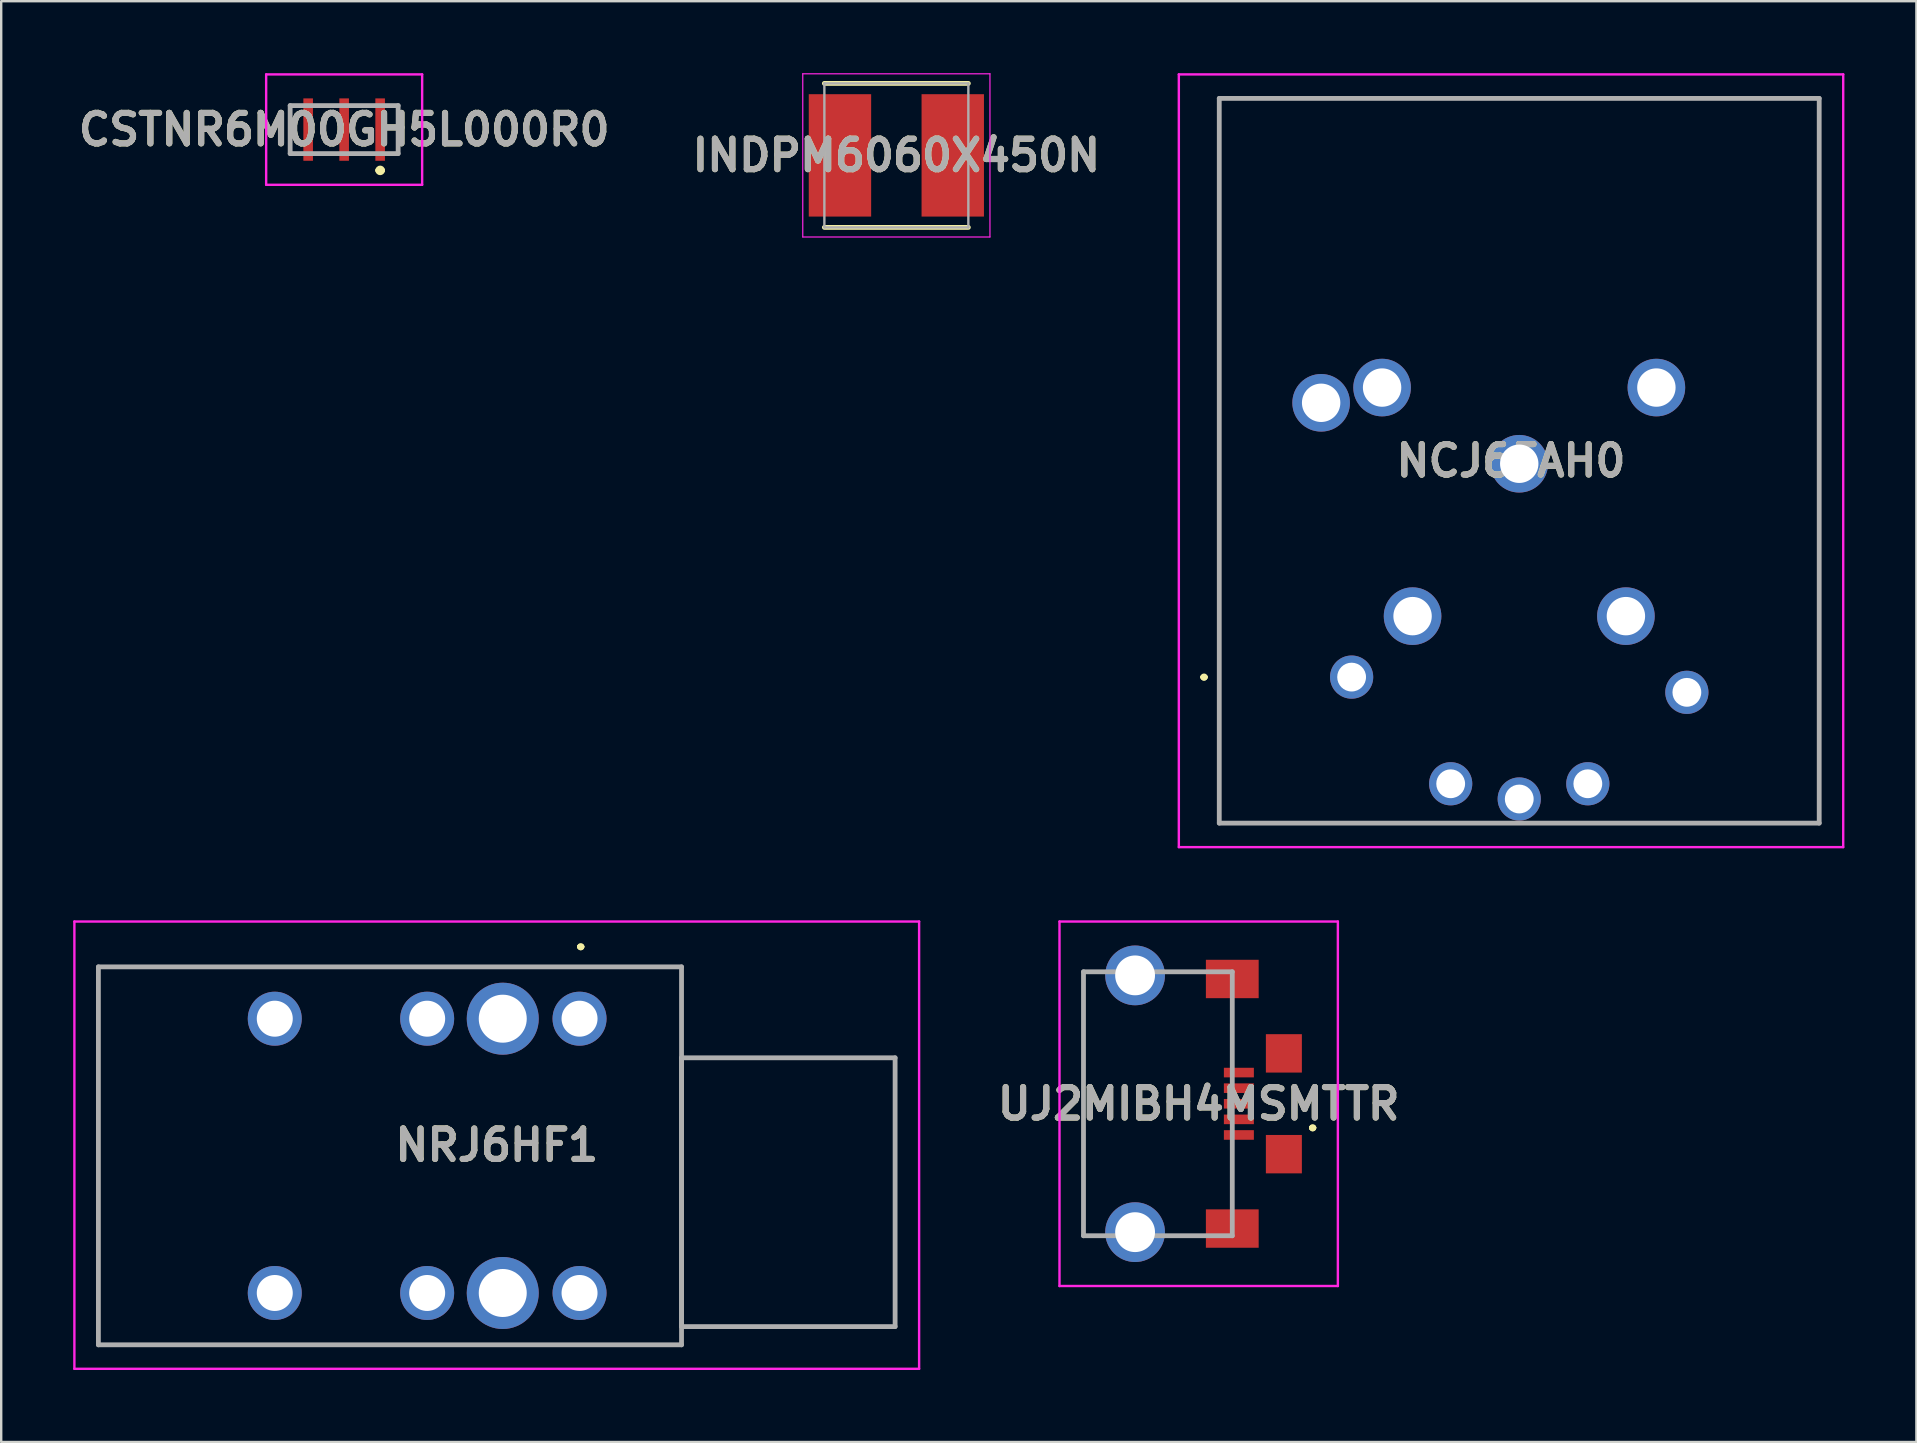
<source format=kicad_pcb>
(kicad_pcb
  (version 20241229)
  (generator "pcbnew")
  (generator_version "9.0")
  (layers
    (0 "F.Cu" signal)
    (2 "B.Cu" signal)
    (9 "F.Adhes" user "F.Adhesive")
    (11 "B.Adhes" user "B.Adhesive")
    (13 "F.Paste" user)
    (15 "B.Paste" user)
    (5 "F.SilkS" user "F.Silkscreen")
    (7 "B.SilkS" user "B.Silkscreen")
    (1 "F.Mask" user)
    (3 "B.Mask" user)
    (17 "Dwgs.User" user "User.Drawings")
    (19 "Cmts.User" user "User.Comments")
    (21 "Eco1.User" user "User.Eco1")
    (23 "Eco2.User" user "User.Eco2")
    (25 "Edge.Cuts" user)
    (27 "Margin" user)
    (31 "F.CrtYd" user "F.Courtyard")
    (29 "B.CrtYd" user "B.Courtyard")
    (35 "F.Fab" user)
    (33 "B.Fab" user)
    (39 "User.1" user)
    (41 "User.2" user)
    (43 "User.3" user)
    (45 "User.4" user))
  (footprint "UJ2MIBH4MSMTTR"
    (layer "F.Cu")
    (at 48.575 42.945)
    (property "Reference" "UJ2MIBH4MSMTTR" (at -1.675 0 0) (layer "F.SilkS") (effects (font (size 1.27 1.27) (thickness 0.254))))
    (attr through_hole)
    (fp_line (start -6.475 -5.5) (end -6.475 -5.5) (stroke (width 0.1) (type solid)) (layer "F.SilkS"))
    (fp_line (start -6.475 -5.5) (end -6.475 5.5) (stroke (width 0.1) (type solid)) (layer "F.SilkS"))
    (fp_line (start -6.475 5.5) (end -6.475 -5.5) (stroke (width 0.1) (type solid)) (layer "F.SilkS"))
    (fp_line (start -6.475 5.5) (end -6.475 5.5) (stroke (width 0.1) (type solid)) (layer "F.SilkS"))
    (fp_line (start -2.625 -5.5) (end -2.625 -5.5) (stroke (width 0.1) (type solid)) (layer "F.SilkS"))
    (fp_line (start -2.625 -5.5) (end -1.875 -5.5) (stroke (width 0.1) (type solid)) (layer "F.SilkS"))
    (fp_line (start -2.625 5.5) (end -2.625 5.5) (stroke (width 0.1) (type solid)) (layer "F.SilkS"))
    (fp_line (start -2.625 5.5) (end -1.875 5.5) (stroke (width 0.1) (type solid)) (layer "F.SilkS"))
    (fp_line (start -1.875 -5.5) (end -2.625 -5.5) (stroke (width 0.1) (type solid)) (layer "F.SilkS"))
    (fp_line (start -1.875 -5.5) (end -1.875 -5.5) (stroke (width 0.1) (type solid)) (layer "F.SilkS"))
    (fp_line (start -1.875 5.5) (end -2.625 5.5) (stroke (width 0.1) (type solid)) (layer "F.SilkS"))
    (fp_line (start -1.875 5.5) (end -1.875 5.5) (stroke (width 0.1) (type solid)) (layer "F.SilkS"))
    (fp_line (start 3.025 1) (end 3.025 1) (stroke (width 0.2) (type solid)) (layer "F.SilkS"))
    (fp_line (start 3.025 1) (end 3.025 1) (stroke (width 0.2) (type solid)) (layer "F.SilkS"))
    (fp_line (start 3.125 1) (end 3.125 1) (stroke (width 0.2) (type solid)) (layer "F.SilkS"))
    (fp_arc (start 3.025 1) (mid 3.075 0.95) (end 3.125 1) (stroke (width 0.2) (type solid)) (layer "F.SilkS"))
    (fp_arc (start 3.125 1) (mid 3.075 1.05) (end 3.025 1) (stroke (width 0.2) (type solid)) (layer "F.SilkS"))
    (fp_arc (start 3.125 1) (mid 3.075 1.05) (end 3.025 1) (stroke (width 0.2) (type solid)) (layer "F.SilkS"))
    (fp_line (start -7.475 -7.595) (end 4.125 -7.595) (stroke (width 0.1) (type solid)) (layer "F.CrtYd"))
    (fp_line (start -7.475 7.595) (end -7.475 -7.595) (stroke (width 0.1) (type solid)) (layer "F.CrtYd"))
    (fp_line (start 4.125 -7.595) (end 4.125 7.595) (stroke (width 0.1) (type solid)) (layer "F.CrtYd"))
    (fp_line (start 4.125 7.595) (end -7.475 7.595) (stroke (width 0.1) (type solid)) (layer "F.CrtYd"))
    (fp_line (start -6.475 -5.5) (end -6.475 5.5) (stroke (width 0.2) (type solid)) (layer "F.Fab"))
    (fp_line (start -6.475 5.5) (end -0.275 5.5) (stroke (width 0.2) (type solid)) (layer "F.Fab"))
    (fp_line (start -0.275 -5.5) (end -6.475 -5.5) (stroke (width 0.2) (type solid)) (layer "F.Fab"))
    (fp_line (start -0.275 5.5) (end -0.275 -5.5) (stroke (width 0.2) (type solid)) (layer "F.Fab"))
    (fp_text user "${REFERENCE}" (at -1.675 0 0) (layer "F.Fab") (effects (font (size 1.27 1.27) (thickness 0.254))))
    (pad "1" smd rect (at 0 1.3 90) (size 0.4 1.25) (layers "F.Cu" "F.Mask" "F.Paste"))
    (pad "2" smd rect (at 0 0.65 90) (size 0.4 1.25) (layers "F.Cu" "F.Mask" "F.Paste"))
    (pad "3" smd rect (at 0 0 90) (size 0.4 1.25) (layers "F.Cu" "F.Mask" "F.Paste"))
    (pad "4" smd rect (at 0 -0.65 90) (size 0.4 1.25) (layers "F.Cu" "F.Mask" "F.Paste"))
    (pad "5" smd rect (at 0 -1.3 90) (size 0.4 1.25) (layers "F.Cu" "F.Mask" "F.Paste"))
    (pad "MH1" thru_hole circle (at -4.325 5.35) (size 2.49 2.49) (drill 1.66) (layers "*.Cu" "*.Mask"))
    (pad "MH2" thru_hole circle (at -4.325 -5.35) (size 2.49 2.49) (drill 1.66) (layers "*.Cu" "*.Mask"))
    (pad "MP1" smd rect (at -0.275 5.2 90) (size 1.6 2.2) (layers "F.Cu" "F.Mask" "F.Paste"))
    (pad "MP2" smd rect (at 1.875 2.1) (size 1.5 1.6) (layers "F.Cu" "F.Mask" "F.Paste"))
    (pad "MP3" smd rect (at 1.875 -2.1) (size 1.5 1.6) (layers "F.Cu" "F.Mask" "F.Paste"))
    (pad "MP4" smd rect (at -0.275 -5.2 90) (size 1.6 2.2) (layers "F.Cu" "F.Mask" "F.Paste")))
  (footprint "NCJ6FAH0"
    (layer "F.Cu")
    (at 53.273 25.165)
    (property "Reference" "NCJ6FAH0" (at 6.642 -9.015 0) (layer "F.SilkS") (effects (font (size 1.27 1.27) (thickness 0.254))))
    (attr through_hole)
    (fp_line (start -6.2 0) (end -6.2 0) (stroke (width 0.2) (type solid)) (layer "F.SilkS"))
    (fp_line (start -6.2 0) (end -6.2 0) (stroke (width 0.2) (type solid)) (layer "F.SilkS"))
    (fp_line (start -6.1 0) (end -6.1 0) (stroke (width 0.2) (type solid)) (layer "F.SilkS"))
    (fp_line (start -5.515 -24.115) (end -5.515 -24.115) (stroke (width 0.1) (type solid)) (layer "F.SilkS"))
    (fp_line (start -5.515 -24.115) (end -5.515 -24.115) (stroke (width 0.1) (type solid)) (layer "F.SilkS"))
    (fp_line (start -5.515 -24.115) (end -5.515 6.085) (stroke (width 0.1) (type solid)) (layer "F.SilkS"))
    (fp_line (start -5.515 -24.115) (end 19.485 -24.115) (stroke (width 0.1) (type solid)) (layer "F.SilkS"))
    (fp_line (start -5.515 6.085) (end -5.515 -24.115) (stroke (width 0.1) (type solid)) (layer "F.SilkS"))
    (fp_line (start -5.515 6.085) (end -5.515 6.085) (stroke (width 0.1) (type solid)) (layer "F.SilkS"))
    (fp_line (start -5.515 6.085) (end -5.515 6.085) (stroke (width 0.1) (type solid)) (layer "F.SilkS"))
    (fp_line (start -5.515 6.085) (end 5.235 6.085) (stroke (width 0.1) (type solid)) (layer "F.SilkS"))
    (fp_line (start 5.235 6.085) (end -5.515 6.085) (stroke (width 0.1) (type solid)) (layer "F.SilkS"))
    (fp_line (start 5.235 6.085) (end 5.235 6.085) (stroke (width 0.1) (type solid)) (layer "F.SilkS"))
    (fp_line (start 8.485 6.085) (end 8.485 6.085) (stroke (width 0.1) (type solid)) (layer "F.SilkS"))
    (fp_line (start 8.485 6.085) (end 19.485 6.085) (stroke (width 0.1) (type solid)) (layer "F.SilkS"))
    (fp_line (start 19.485 -24.115) (end -5.515 -24.115) (stroke (width 0.1) (type solid)) (layer "F.SilkS"))
    (fp_line (start 19.485 -24.115) (end 19.485 -24.115) (stroke (width 0.1) (type solid)) (layer "F.SilkS"))
    (fp_line (start 19.485 -24.115) (end 19.485 -24.115) (stroke (width 0.1) (type solid)) (layer "F.SilkS"))
    (fp_line (start 19.485 -24.115) (end 19.485 6.085) (stroke (width 0.1) (type solid)) (layer "F.SilkS"))
    (fp_line (start 19.485 6.085) (end 8.485 6.085) (stroke (width 0.1) (type solid)) (layer "F.SilkS"))
    (fp_line (start 19.485 6.085) (end 19.485 -24.115) (stroke (width 0.1) (type solid)) (layer "F.SilkS"))
    (fp_line (start 19.485 6.085) (end 19.485 6.085) (stroke (width 0.1) (type solid)) (layer "F.SilkS"))
    (fp_line (start 19.485 6.085) (end 19.485 6.085) (stroke (width 0.1) (type solid)) (layer "F.SilkS"))
    (fp_arc (start -6.2 0) (mid -6.15 -0.05) (end -6.1 0) (stroke (width 0.2) (type solid)) (layer "F.SilkS"))
    (fp_arc (start -6.1 0) (mid -6.15 0.05) (end -6.2 0) (stroke (width 0.2) (type solid)) (layer "F.SilkS"))
    (fp_arc (start -6.1 0) (mid -6.15 0.05) (end -6.2 0) (stroke (width 0.2) (type solid)) (layer "F.SilkS"))
    (fp_line (start -7.2 -25.115) (end 20.485 -25.115) (stroke (width 0.1) (type solid)) (layer "F.CrtYd"))
    (fp_line (start -7.2 7.085) (end -7.2 -25.115) (stroke (width 0.1) (type solid)) (layer "F.CrtYd"))
    (fp_line (start 20.485 -25.115) (end 20.485 7.085) (stroke (width 0.1) (type solid)) (layer "F.CrtYd"))
    (fp_line (start 20.485 7.085) (end -7.2 7.085) (stroke (width 0.1) (type solid)) (layer "F.CrtYd"))
    (fp_line (start -5.515 -24.115) (end -5.515 6.085) (stroke (width 0.2) (type solid)) (layer "F.Fab"))
    (fp_line (start -5.515 6.085) (end 19.485 6.085) (stroke (width 0.2) (type solid)) (layer "F.Fab"))
    (fp_line (start 19.485 -24.115) (end -5.515 -24.115) (stroke (width 0.2) (type solid)) (layer "F.Fab"))
    (fp_line (start 19.485 6.085) (end 19.485 -24.115) (stroke (width 0.2) (type solid)) (layer "F.Fab"))
    (fp_text user "${REFERENCE}" (at 6.642 -9.015 0) (layer "F.Fab") (effects (font (size 1.27 1.27) (thickness 0.254))))
    (pad "1" thru_hole circle (at 0 0) (size 1.8 1.8) (drill 1.2) (layers "*.Cu" "*.Mask"))
    (pad "2" thru_hole circle (at 13.97 0.635) (size 1.8 1.8) (drill 1.2) (layers "*.Cu" "*.Mask"))
    (pad "3" thru_hole circle (at 6.985 5.08) (size 1.8 1.8) (drill 1.2) (layers "*.Cu" "*.Mask"))
    (pad "4" thru_hole circle (at 1.27 -12.065) (size 2.4 2.4) (drill 1.6) (layers "*.Cu" "*.Mask"))
    (pad "5" thru_hole circle (at 12.7 -12.065) (size 2.4 2.4) (drill 1.6) (layers "*.Cu" "*.Mask"))
    (pad "6" thru_hole circle (at 6.985 -8.89) (size 2.4 2.4) (drill 1.6) (layers "*.Cu" "*.Mask"))
    (pad "G1" thru_hole circle (at -1.27 -11.43) (size 2.4 2.4) (drill 1.6) (layers "*.Cu" "*.Mask"))
    (pad "R1" thru_hole circle (at 9.843 4.445) (size 1.8 1.8) (drill 1.2) (layers "*.Cu" "*.Mask"))
    (pad "S1" thru_hole circle (at 4.128 4.445) (size 1.8 1.8) (drill 1.2) (layers "*.Cu" "*.Mask"))
    (pad "T1" thru_hole circle (at 2.54 -2.54) (size 2.4 2.4) (drill 1.6) (layers "*.Cu" "*.Mask"))
    (pad "T2" thru_hole circle (at 11.43 -2.54) (size 2.4 2.4) (drill 1.6) (layers "*.Cu" "*.Mask")))
  (footprint "NRJ6HF1"
    (layer "F.Cu")
    (at 21.1 39.4)
    (property "Reference" "NRJ6HF1" (at -3.45 5.27 0) (layer "F.SilkS") (effects (font (size 1.27 1.27) (thickness 0.254))))
    (attr through_hole)
    (fp_line (start -20.05 -2.16) (end 4.25 -2.16) (stroke (width 0.1) (type solid)) (layer "F.SilkS"))
    (fp_line (start -20.05 13.59) (end -20.05 -2.16) (stroke (width 0.1) (type solid)) (layer "F.SilkS"))
    (fp_line (start 0 -3) (end 0 -3) (stroke (width 0.2) (type solid)) (layer "F.SilkS"))
    (fp_line (start 0 -3) (end 0 -3) (stroke (width 0.2) (type solid)) (layer "F.SilkS"))
    (fp_line (start 0.1 -3) (end 0.1 -3) (stroke (width 0.2) (type solid)) (layer "F.SilkS"))
    (fp_line (start 4.25 -2.16) (end 4.25 13.59) (stroke (width 0.1) (type solid)) (layer "F.SilkS"))
    (fp_line (start 4.25 1.63) (end 4.25 12.83) (stroke (width 0.1) (type solid)) (layer "F.SilkS"))
    (fp_line (start 4.25 12.83) (end 13.15 12.83) (stroke (width 0.1) (type solid)) (layer "F.SilkS"))
    (fp_line (start 4.25 13.59) (end -20.05 13.59) (stroke (width 0.1) (type solid)) (layer "F.SilkS"))
    (fp_line (start 13.15 1.63) (end 4.25 1.63) (stroke (width 0.1) (type solid)) (layer "F.SilkS"))
    (fp_line (start 13.15 12.83) (end 13.15 1.63) (stroke (width 0.1) (type solid)) (layer "F.SilkS"))
    (fp_arc (start 0 -3) (mid 0.05 -3.05) (end 0.1 -3) (stroke (width 0.2) (type solid)) (layer "F.SilkS"))
    (fp_arc (start 0.1 -3) (mid 0.05 -2.95) (end 0 -3) (stroke (width 0.2) (type solid)) (layer "F.SilkS"))
    (fp_arc (start 0.1 -3) (mid 0.05 -2.95) (end 0 -3) (stroke (width 0.2) (type solid)) (layer "F.SilkS"))
    (fp_line (start -21.05 -4.05) (end 14.15 -4.05) (stroke (width 0.1) (type solid)) (layer "F.CrtYd"))
    (fp_line (start -21.05 14.59) (end -21.05 -4.05) (stroke (width 0.1) (type solid)) (layer "F.CrtYd"))
    (fp_line (start 14.15 -4.05) (end 14.15 14.59) (stroke (width 0.1) (type solid)) (layer "F.CrtYd"))
    (fp_line (start 14.15 14.59) (end -21.05 14.59) (stroke (width 0.1) (type solid)) (layer "F.CrtYd"))
    (fp_line (start -20.05 -2.16) (end -20.05 13.59) (stroke (width 0.2) (type solid)) (layer "F.Fab"))
    (fp_line (start -20.05 13.59) (end 4.25 13.59) (stroke (width 0.2) (type solid)) (layer "F.Fab"))
    (fp_line (start 4.25 -2.16) (end -20.05 -2.16) (stroke (width 0.2) (type solid)) (layer "F.Fab"))
    (fp_line (start 4.25 1.63) (end 13.15 1.63) (stroke (width 0.2) (type solid)) (layer "F.Fab"))
    (fp_line (start 4.25 12.83) (end 4.25 1.63) (stroke (width 0.2) (type solid)) (layer "F.Fab"))
    (fp_line (start 4.25 13.59) (end 4.25 -2.16) (stroke (width 0.2) (type solid)) (layer "F.Fab"))
    (fp_line (start 13.15 1.63) (end 13.15 12.83) (stroke (width 0.2) (type solid)) (layer "F.Fab"))
    (fp_line (start 13.15 12.83) (end 4.25 12.83) (stroke (width 0.2) (type solid)) (layer "F.Fab"))
    (fp_text user "${REFERENCE}" (at -3.45 5.27 0) (layer "F.Fab") (effects (font (size 1.27 1.27) (thickness 0.254))))
    (pad "" np_thru_hole circle (at -9.55 2.13) (size 0.001 0.001) (drill 3) (layers "*.Cu" "*.Mask"))
    (pad "1" thru_hole circle (at 0 0) (size 2.25 2.25) (drill 1.5) (layers "*.Cu" "*.Mask"))
    (pad "2" thru_hole circle (at -6.35 0) (size 2.25 2.25) (drill 1.5) (layers "*.Cu" "*.Mask"))
    (pad "3" thru_hole circle (at -12.7 0) (size 2.25 2.25) (drill 1.5) (layers "*.Cu" "*.Mask"))
    (pad "4" thru_hole circle (at -12.7 11.43) (size 2.25 2.25) (drill 1.5) (layers "*.Cu" "*.Mask"))
    (pad "5" thru_hole circle (at -6.35 11.43) (size 2.25 2.25) (drill 1.5) (layers "*.Cu" "*.Mask"))
    (pad "6" thru_hole circle (at 0 11.43) (size 2.25 2.25) (drill 1.5) (layers "*.Cu" "*.Mask"))
    (pad "MH1" thru_hole circle (at -3.2 0) (size 3 3) (drill 2) (layers "*.Cu" "*.Mask"))
    (pad "MH2" thru_hole circle (at -3.2 11.43) (size 3 3) (drill 2) (layers "*.Cu" "*.Mask")))
  (footprint "CSTNR6M00GH5L000R0"
    (layer "F.Cu")
    (at 11.291 2.35)
    (property "Reference" "CSTNR6M00GH5L000R0" (at 0 0 0) (layer "F.SilkS") (effects (font (size 1.27 1.27) (thickness 0.254))))
    (attr smd)
    (fp_line (start -2.25 -1) (end -2.25 1) (stroke (width 0.1) (type solid)) (layer "F.SilkS"))
    (fp_line (start -2.25 1) (end -2 1) (stroke (width 0.1) (type solid)) (layer "F.SilkS"))
    (fp_line (start -2 -1) (end -2.25 -1) (stroke (width 0.1) (type solid)) (layer "F.SilkS"))
    (fp_line (start 1.4 1.7) (end 1.4 1.7) (stroke (width 0.2) (type solid)) (layer "F.SilkS"))
    (fp_line (start 1.6 1.7) (end 1.6 1.7) (stroke (width 0.2) (type solid)) (layer "F.SilkS"))
    (fp_line (start 2 -1) (end 2.25 -1) (stroke (width 0.1) (type solid)) (layer "F.SilkS"))
    (fp_line (start 2.25 -1) (end 2.25 1) (stroke (width 0.1) (type solid)) (layer "F.SilkS"))
    (fp_line (start 2.25 1) (end 2 1) (stroke (width 0.1) (type solid)) (layer "F.SilkS"))
    (fp_arc (start 1.4 1.7) (mid 1.5 1.6) (end 1.6 1.7) (stroke (width 0.2) (type solid)) (layer "F.SilkS"))
    (fp_arc (start 1.6 1.7) (mid 1.5 1.8) (end 1.4 1.7) (stroke (width 0.2) (type solid)) (layer "F.SilkS"))
    (fp_line (start -3.25 -2.3) (end 3.25 -2.3) (stroke (width 0.1) (type solid)) (layer "F.CrtYd"))
    (fp_line (start -3.25 2.3) (end -3.25 -2.3) (stroke (width 0.1) (type solid)) (layer "F.CrtYd"))
    (fp_line (start 3.25 -2.3) (end 3.25 2.3) (stroke (width 0.1) (type solid)) (layer "F.CrtYd"))
    (fp_line (start 3.25 2.3) (end -3.25 2.3) (stroke (width 0.1) (type solid)) (layer "F.CrtYd"))
    (fp_line (start -2.25 -1) (end 2.25 -1) (stroke (width 0.2) (type solid)) (layer "F.Fab"))
    (fp_line (start -2.25 1) (end -2.25 -1) (stroke (width 0.2) (type solid)) (layer "F.Fab"))
    (fp_line (start 2.25 -1) (end 2.25 1) (stroke (width 0.2) (type solid)) (layer "F.Fab"))
    (fp_line (start 2.25 1) (end -2.25 1) (stroke (width 0.2) (type solid)) (layer "F.Fab"))
    (fp_text user "${REFERENCE}" (at 0 0 0) (layer "F.Fab") (effects (font (size 1.27 1.27) (thickness 0.254))))
    (pad "1" smd rect (at 1.5 0) (size 0.4 2.6) (layers "F.Cu" "F.Mask" "F.Paste"))
    (pad "2" smd rect (at 0 0) (size 0.4 2.6) (layers "F.Cu" "F.Mask" "F.Paste"))
    (pad "3" smd rect (at -1.5 0) (size 0.4 2.6) (layers "F.Cu" "F.Mask" "F.Paste")))
  (footprint "INDPM6060X450N"
    (layer "F.Cu")
    (at 34.302 3.425)
    (property "Reference" "INDPM6060X450N" (at 0 0 0) (layer "F.SilkS") (effects (font (size 1.27 1.27) (thickness 0.254))))
    (attr smd)
    (fp_line (start -3 3) (end 3 3) (stroke (width 0.2) (type solid)) (layer "F.SilkS"))
    (fp_line (start 3 -3) (end -3 -3) (stroke (width 0.2) (type solid)) (layer "F.SilkS"))
    (fp_line (start -3.9 -3.4) (end 3.9 -3.4) (stroke (width 0.05) (type solid)) (layer "F.CrtYd"))
    (fp_line (start -3.9 3.4) (end -3.9 -3.4) (stroke (width 0.05) (type solid)) (layer "F.CrtYd"))
    (fp_line (start 3.9 -3.4) (end 3.9 3.4) (stroke (width 0.05) (type solid)) (layer "F.CrtYd"))
    (fp_line (start 3.9 3.4) (end -3.9 3.4) (stroke (width 0.05) (type solid)) (layer "F.CrtYd"))
    (fp_line (start -3 -3) (end 3 -3) (stroke (width 0.1) (type solid)) (layer "F.Fab"))
    (fp_line (start -3 3) (end -3 -3) (stroke (width 0.1) (type solid)) (layer "F.Fab"))
    (fp_line (start 3 -3) (end 3 3) (stroke (width 0.1) (type solid)) (layer "F.Fab"))
    (fp_line (start 3 3) (end -3 3) (stroke (width 0.1) (type solid)) (layer "F.Fab"))
    (fp_text user "${REFERENCE}" (at 0 0 0) (layer "F.Fab") (effects (font (size 1.27 1.27) (thickness 0.254))))
    (pad "1" smd rect (at -2.35 0) (size 2.6 5.1) (layers "F.Cu" "F.Mask" "F.Paste"))
    (pad "2" smd rect (at 2.35 0) (size 2.6 5.1) (layers "F.Cu" "F.Mask" "F.Paste")))
  (gr_rect
    (start -3 -3)
    (end 76.808 57.04)
    (stroke (width 0.1) (type default))
    (fill no)
    (layer "Edge.Cuts")))
</source>
